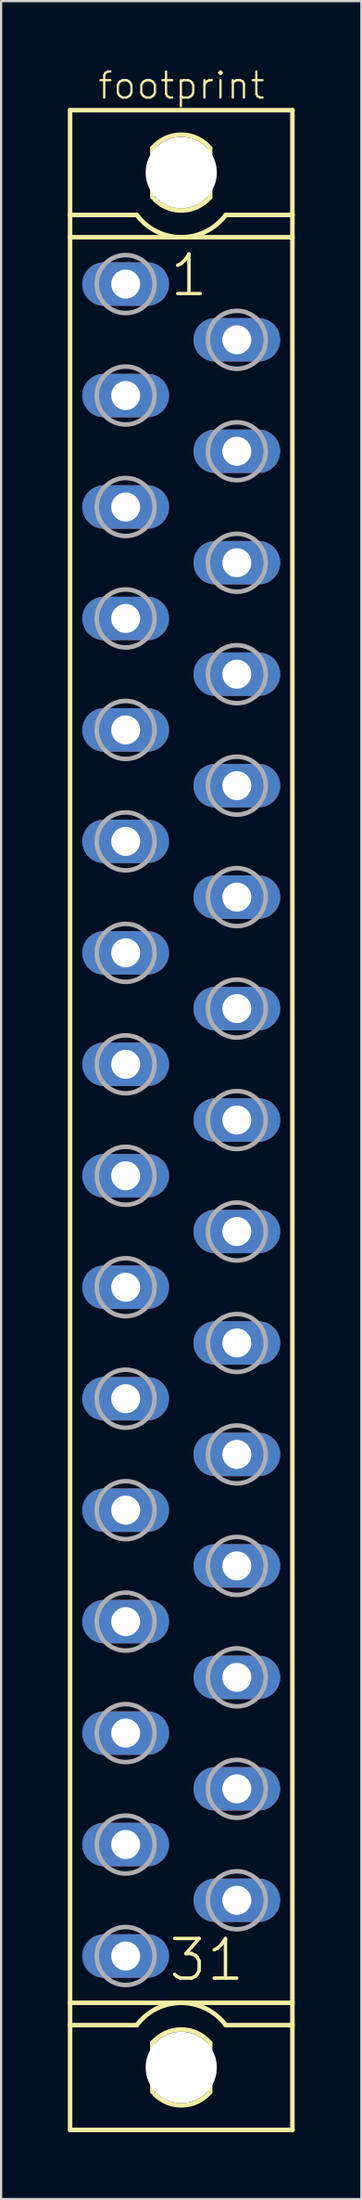
<source format=kicad_pcb>
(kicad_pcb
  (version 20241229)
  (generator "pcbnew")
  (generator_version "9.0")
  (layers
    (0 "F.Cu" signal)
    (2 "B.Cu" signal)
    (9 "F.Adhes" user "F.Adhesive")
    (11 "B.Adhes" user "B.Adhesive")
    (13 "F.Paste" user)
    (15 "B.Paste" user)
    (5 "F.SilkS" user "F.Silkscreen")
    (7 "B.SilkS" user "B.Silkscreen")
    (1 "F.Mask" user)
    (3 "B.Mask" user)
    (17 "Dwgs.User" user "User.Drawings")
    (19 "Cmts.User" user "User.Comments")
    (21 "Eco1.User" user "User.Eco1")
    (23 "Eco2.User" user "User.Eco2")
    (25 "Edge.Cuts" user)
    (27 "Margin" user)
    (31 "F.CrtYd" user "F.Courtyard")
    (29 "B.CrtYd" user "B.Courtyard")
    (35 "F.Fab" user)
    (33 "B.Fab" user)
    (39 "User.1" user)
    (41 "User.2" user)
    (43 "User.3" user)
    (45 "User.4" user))
  (footprint "footprint"
    (layer "F.Cu")
    (at 5.102 47.193)
    (property "Reference" "footprint" (at -3.81 -45.72 0) (layer "F.SilkS") (effects (font (size 1.168 1.168) (thickness 0.102)) (justify left bottom)))
    (fp_line (start -5 -45.3) (end -5 -40.6) (stroke (width 0.203) (type solid)) (layer "F.SilkS"))
    (fp_line (start -5 -40.6) (end -5 -39.6) (stroke (width 0.203) (type solid)) (layer "F.SilkS"))
    (fp_line (start -5 -40.6) (end -2 -40.6) (stroke (width 0.203) (type solid)) (layer "F.SilkS"))
    (fp_line (start -5 -39.6) (end -5 39.6) (stroke (width 0.203) (type solid)) (layer "F.SilkS"))
    (fp_line (start -5 -39.6) (end 5 -39.6) (stroke (width 0.203) (type solid)) (layer "F.SilkS"))
    (fp_line (start -5 39.6) (end -5 40.6) (stroke (width 0.203) (type solid)) (layer "F.SilkS"))
    (fp_line (start -5 40.6) (end -5 45.3) (stroke (width 0.203) (type solid)) (layer "F.SilkS"))
    (fp_line (start -5 45.3) (end 5 45.3) (stroke (width 0.203) (type solid)) (layer "F.SilkS"))
    (fp_line (start -2 40.6) (end -5 40.6) (stroke (width 0.203) (type solid)) (layer "F.SilkS"))
    (fp_line (start -1.3 -41.4) (end -1.3 -43.6) (stroke (width 0.203) (type solid)) (layer "F.SilkS"))
    (fp_line (start -1.3 43.6) (end -1.3 41.4) (stroke (width 0.203) (type solid)) (layer "F.SilkS"))
    (fp_line (start 1.3 -43.6) (end 1.3 -41.4) (stroke (width 0.203) (type solid)) (layer "F.SilkS"))
    (fp_line (start 1.3 41.4) (end 1.3 43.6) (stroke (width 0.203) (type solid)) (layer "F.SilkS"))
    (fp_line (start 2 -40.6) (end 5 -40.6) (stroke (width 0.203) (type solid)) (layer "F.SilkS"))
    (fp_line (start 5 -45.3) (end -5 -45.3) (stroke (width 0.203) (type solid)) (layer "F.SilkS"))
    (fp_line (start 5 -40.6) (end 5 -45.3) (stroke (width 0.203) (type solid)) (layer "F.SilkS"))
    (fp_line (start 5 -39.6) (end 5 -40.6) (stroke (width 0.203) (type solid)) (layer "F.SilkS"))
    (fp_line (start 5 39.6) (end -5 39.6) (stroke (width 0.203) (type solid)) (layer "F.SilkS"))
    (fp_line (start 5 39.6) (end 5 -39.6) (stroke (width 0.203) (type solid)) (layer "F.SilkS"))
    (fp_line (start 5 40.6) (end 2 40.6) (stroke (width 0.203) (type solid)) (layer "F.SilkS"))
    (fp_line (start 5 40.6) (end 5 39.6) (stroke (width 0.203) (type solid)) (layer "F.SilkS"))
    (fp_line (start 5 45.3) (end 5 40.6) (stroke (width 0.203) (type solid)) (layer "F.SilkS"))
    (fp_arc (start -2 40.6) (mid -0.000001 39.6) (end 1.999999 40.599999) (stroke (width 0.2032) (type solid)) (layer "F.SilkS"))
    (fp_arc (start -1.3 -43.6) (mid 0 -44.202903) (end 1.3 -43.6) (stroke (width 0.2032) (type solid)) (layer "F.SilkS"))
    (fp_arc (start -1.3 41.4) (mid 0 40.797061) (end 1.3 41.4) (stroke (width 0.2032) (type solid)) (layer "F.SilkS"))
    (fp_arc (start 1.299999 -41.400001) (mid 0.071983 -40.801404) (end -1.2 -41.2998) (stroke (width 0.2032) (type solid)) (layer "F.SilkS"))
    (fp_arc (start 1.299999 43.599999) (mid 0.071841 44.198569) (end -1.2002 43.7) (stroke (width 0.2032) (type solid)) (layer "F.SilkS"))
    (fp_arc (start 1.999999 -40.599999) (mid -0.000001 -39.6) (end -2 -40.6) (stroke (width 0.2032) (type solid)) (layer "F.SilkS"))
    (fp_circle (center -2.5 -37.5) (end -1.2 -37.5) (stroke (width 0.203) (type solid)) (fill no) (layer "F.Fab"))
    (fp_circle (center -2.5 -32.5) (end -1.2 -32.5) (stroke (width 0.203) (type solid)) (fill no) (layer "F.Fab"))
    (fp_circle (center -2.5 -27.5) (end -1.2 -27.5) (stroke (width 0.203) (type solid)) (fill no) (layer "F.Fab"))
    (fp_circle (center -2.5 -22.5) (end -1.2 -22.5) (stroke (width 0.203) (type solid)) (fill no) (layer "F.Fab"))
    (fp_circle (center -2.5 -17.5) (end -1.2 -17.5) (stroke (width 0.203) (type solid)) (fill no) (layer "F.Fab"))
    (fp_circle (center -2.5 -12.5) (end -1.2 -12.5) (stroke (width 0.203) (type solid)) (fill no) (layer "F.Fab"))
    (fp_circle (center -2.5 -7.5) (end -1.2 -7.5) (stroke (width 0.203) (type solid)) (fill no) (layer "F.Fab"))
    (fp_circle (center -2.5 -2.5) (end -1.2 -2.5) (stroke (width 0.203) (type solid)) (fill no) (layer "F.Fab"))
    (fp_circle (center -2.5 2.5) (end -1.2 2.5) (stroke (width 0.203) (type solid)) (fill no) (layer "F.Fab"))
    (fp_circle (center -2.5 7.5) (end -1.2 7.5) (stroke (width 0.203) (type solid)) (fill no) (layer "F.Fab"))
    (fp_circle (center -2.5 12.5) (end -1.2 12.5) (stroke (width 0.203) (type solid)) (fill no) (layer "F.Fab"))
    (fp_circle (center -2.5 17.5) (end -1.2 17.5) (stroke (width 0.203) (type solid)) (fill no) (layer "F.Fab"))
    (fp_circle (center -2.5 22.5) (end -1.2 22.5) (stroke (width 0.203) (type solid)) (fill no) (layer "F.Fab"))
    (fp_circle (center -2.5 27.5) (end -1.2 27.5) (stroke (width 0.203) (type solid)) (fill no) (layer "F.Fab"))
    (fp_circle (center -2.5 32.5) (end -1.2 32.5) (stroke (width 0.203) (type solid)) (fill no) (layer "F.Fab"))
    (fp_circle (center -2.5 37.5) (end -1.2 37.5) (stroke (width 0.203) (type solid)) (fill no) (layer "F.Fab"))
    (fp_circle (center 2.5 -35) (end 3.8 -35) (stroke (width 0.203) (type solid)) (fill no) (layer "F.Fab"))
    (fp_circle (center 2.5 -30) (end 3.8 -30) (stroke (width 0.203) (type solid)) (fill no) (layer "F.Fab"))
    (fp_circle (center 2.5 -25) (end 3.8 -25) (stroke (width 0.203) (type solid)) (fill no) (layer "F.Fab"))
    (fp_circle (center 2.5 -20) (end 3.8 -20) (stroke (width 0.203) (type solid)) (fill no) (layer "F.Fab"))
    (fp_circle (center 2.5 -15) (end 3.8 -15) (stroke (width 0.203) (type solid)) (fill no) (layer "F.Fab"))
    (fp_circle (center 2.5 -10) (end 3.8 -10) (stroke (width 0.203) (type solid)) (fill no) (layer "F.Fab"))
    (fp_circle (center 2.5 -5) (end 3.8 -5) (stroke (width 0.203) (type solid)) (fill no) (layer "F.Fab"))
    (fp_circle (center 2.5 0) (end 3.8 0) (stroke (width 0.203) (type solid)) (fill no) (layer "F.Fab"))
    (fp_circle (center 2.5 5) (end 3.8 5) (stroke (width 0.203) (type solid)) (fill no) (layer "F.Fab"))
    (fp_circle (center 2.5 10) (end 3.8 10) (stroke (width 0.203) (type solid)) (fill no) (layer "F.Fab"))
    (fp_circle (center 2.5 15) (end 3.8 15) (stroke (width 0.203) (type solid)) (fill no) (layer "F.Fab"))
    (fp_circle (center 2.5 20) (end 3.8 20) (stroke (width 0.203) (type solid)) (fill no) (layer "F.Fab"))
    (fp_circle (center 2.5 25) (end 3.8 25) (stroke (width 0.203) (type solid)) (fill no) (layer "F.Fab"))
    (fp_circle (center 2.5 30) (end 3.8 30) (stroke (width 0.203) (type solid)) (fill no) (layer "F.Fab"))
    (fp_circle (center 2.5 35) (end 3.8 35) (stroke (width 0.203) (type solid)) (fill no) (layer "F.Fab"))
    (fp_text user "31" (at -0.65 38.715 0) (layer "F.SilkS") (effects (font (size 1.776 1.776) (thickness 0.154)) (justify left bottom)))
    (fp_text user "1" (at -0.6 -36.85 0) (layer "F.SilkS") (effects (font (size 1.776 1.776) (thickness 0.154)) (justify left bottom)))
    (pad "" np_thru_hole circle (at 0 -42.5) (size 3.2 3.2) (drill 3.2) (layers "*.Cu" "*.Mask"))
    (pad "" np_thru_hole circle (at 0 42.5) (size 3.2 3.2) (drill 3.2) (layers "*.Cu" "*.Mask"))
    (pad "1" thru_hole oval (at -2.5 -37.5) (size 3.9 1.95) (drill 1.3) (layers "*.Cu" "*.Mask"))
    (pad "2" thru_hole oval (at 2.5 -35) (size 3.9 1.95) (drill 1.3) (layers "*.Cu" "*.Mask"))
    (pad "3" thru_hole oval (at -2.5 -32.5) (size 3.9 1.95) (drill 1.3) (layers "*.Cu" "*.Mask"))
    (pad "4" thru_hole oval (at 2.5 -30) (size 3.9 1.95) (drill 1.3) (layers "*.Cu" "*.Mask"))
    (pad "5" thru_hole oval (at -2.5 -27.5) (size 3.9 1.95) (drill 1.3) (layers "*.Cu" "*.Mask"))
    (pad "6" thru_hole oval (at 2.5 -25) (size 3.9 1.95) (drill 1.3) (layers "*.Cu" "*.Mask"))
    (pad "7" thru_hole oval (at -2.5 -22.5) (size 3.9 1.95) (drill 1.3) (layers "*.Cu" "*.Mask"))
    (pad "8" thru_hole oval (at 2.5 -20) (size 3.9 1.95) (drill 1.3) (layers "*.Cu" "*.Mask"))
    (pad "9" thru_hole oval (at -2.5 -17.5) (size 3.9 1.95) (drill 1.3) (layers "*.Cu" "*.Mask"))
    (pad "10" thru_hole oval (at 2.5 -15) (size 3.9 1.95) (drill 1.3) (layers "*.Cu" "*.Mask"))
    (pad "11" thru_hole oval (at -2.5 -12.5) (size 3.9 1.95) (drill 1.3) (layers "*.Cu" "*.Mask"))
    (pad "12" thru_hole oval (at 2.5 -10) (size 3.9 1.95) (drill 1.3) (layers "*.Cu" "*.Mask"))
    (pad "13" thru_hole oval (at -2.5 -7.5) (size 3.9 1.95) (drill 1.3) (layers "*.Cu" "*.Mask"))
    (pad "14" thru_hole oval (at 2.5 -5) (size 3.9 1.95) (drill 1.3) (layers "*.Cu" "*.Mask"))
    (pad "15" thru_hole oval (at -2.5 -2.5) (size 3.9 1.95) (drill 1.3) (layers "*.Cu" "*.Mask"))
    (pad "16" thru_hole oval (at 2.5 0) (size 3.9 1.95) (drill 1.3) (layers "*.Cu" "*.Mask"))
    (pad "17" thru_hole oval (at -2.5 2.5) (size 3.9 1.95) (drill 1.3) (layers "*.Cu" "*.Mask"))
    (pad "18" thru_hole oval (at 2.5 5) (size 3.9 1.95) (drill 1.3) (layers "*.Cu" "*.Mask"))
    (pad "19" thru_hole oval (at -2.5 7.5) (size 3.9 1.95) (drill 1.3) (layers "*.Cu" "*.Mask"))
    (pad "20" thru_hole oval (at 2.5 10) (size 3.9 1.95) (drill 1.3) (layers "*.Cu" "*.Mask"))
    (pad "21" thru_hole oval (at -2.5 12.5) (size 3.9 1.95) (drill 1.3) (layers "*.Cu" "*.Mask"))
    (pad "22" thru_hole oval (at 2.5 15) (size 3.9 1.95) (drill 1.3) (layers "*.Cu" "*.Mask"))
    (pad "23" thru_hole oval (at -2.5 17.5) (size 3.9 1.95) (drill 1.3) (layers "*.Cu" "*.Mask"))
    (pad "24" thru_hole oval (at 2.5 20) (size 3.9 1.95) (drill 1.3) (layers "*.Cu" "*.Mask"))
    (pad "25" thru_hole oval (at -2.5 22.5) (size 3.9 1.95) (drill 1.3) (layers "*.Cu" "*.Mask"))
    (pad "26" thru_hole oval (at 2.5 25) (size 3.9 1.95) (drill 1.3) (layers "*.Cu" "*.Mask"))
    (pad "27" thru_hole oval (at -2.5 27.5) (size 3.9 1.95) (drill 1.3) (layers "*.Cu" "*.Mask"))
    (pad "28" thru_hole oval (at 2.5 30) (size 3.9 1.95) (drill 1.3) (layers "*.Cu" "*.Mask"))
    (pad "29" thru_hole oval (at -2.5 32.5) (size 3.9 1.95) (drill 1.3) (layers "*.Cu" "*.Mask"))
    (pad "30" thru_hole oval (at 2.5 35) (size 3.9 1.95) (drill 1.3) (layers "*.Cu" "*.Mask"))
    (pad "31" thru_hole oval (at -2.5 37.5) (size 3.9 1.95) (drill 1.3) (layers "*.Cu" "*.Mask")))
  (gr_rect
    (start -3 -3)
    (end 13.203 95.595)
    (stroke (width 0.1) (type default))
    (fill no)
    (layer "Edge.Cuts")))
</source>
